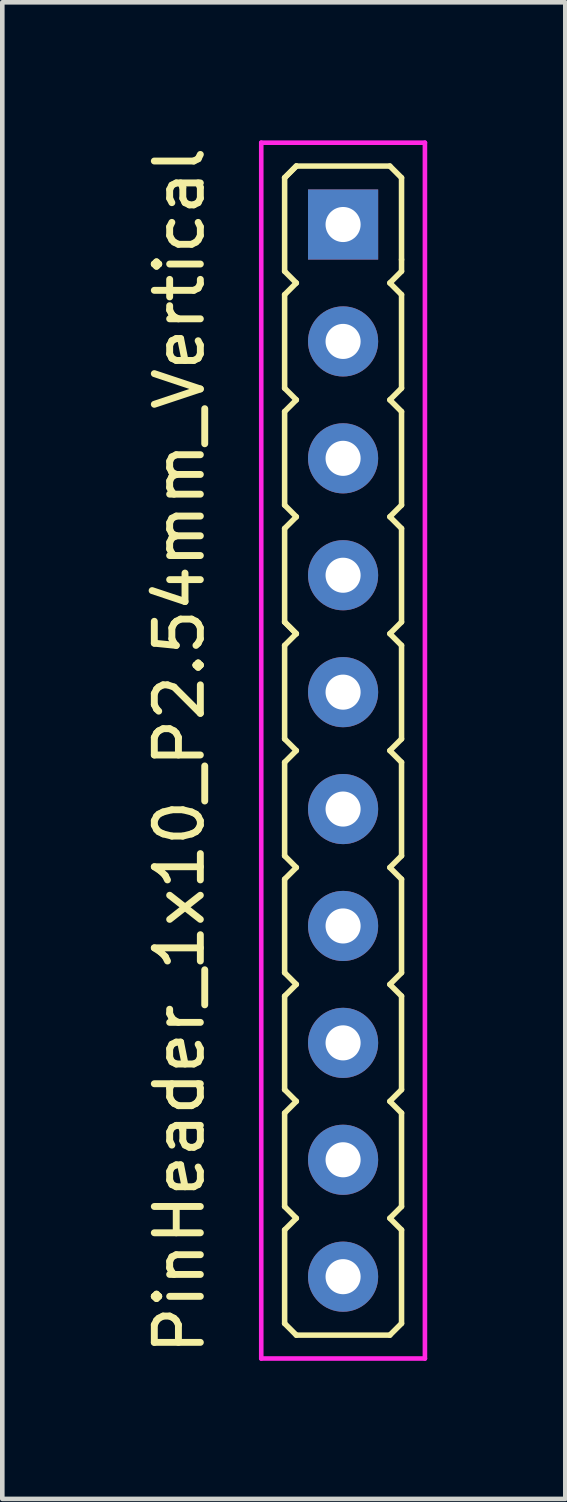
<source format=kicad_pcb>
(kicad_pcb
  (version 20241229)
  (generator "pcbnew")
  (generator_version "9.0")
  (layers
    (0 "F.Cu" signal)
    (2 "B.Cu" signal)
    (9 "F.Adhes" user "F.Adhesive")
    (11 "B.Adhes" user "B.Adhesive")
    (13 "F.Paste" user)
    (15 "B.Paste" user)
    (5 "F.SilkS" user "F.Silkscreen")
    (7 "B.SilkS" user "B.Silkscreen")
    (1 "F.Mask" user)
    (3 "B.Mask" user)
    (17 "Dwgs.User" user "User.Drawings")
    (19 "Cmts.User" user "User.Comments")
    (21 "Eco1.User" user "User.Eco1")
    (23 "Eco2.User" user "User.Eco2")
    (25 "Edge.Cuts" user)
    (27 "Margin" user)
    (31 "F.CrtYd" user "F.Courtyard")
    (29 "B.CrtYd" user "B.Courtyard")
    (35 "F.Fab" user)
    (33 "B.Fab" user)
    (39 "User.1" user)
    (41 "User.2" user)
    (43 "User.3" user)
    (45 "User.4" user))
  (footprint "PinHeader_1x10_P2.54mm_Vertical"
    (layer "F.Cu")
    (at 4.404 13.258)
    (property "Reference" "PinHeader_1x10_P2.54mm_Vertical" (at -3.556 0 90) (layer "F.SilkS") (effects (font (size 1 1) (thickness 0.15))))
    (attr through_hole)
    (fp_line (start -1.27 -12.446) (end -1.016 -12.7) (stroke (width 0.12) (type solid)) (layer "F.SilkS"))
    (fp_line (start -1.27 -12.446) (end -1.016 -12.7) (stroke (width 0.12) (type solid)) (layer "F.SilkS"))
    (fp_line (start -1.27 -10.414) (end -1.27 -12.446) (stroke (width 0.12) (type solid)) (layer "F.SilkS"))
    (fp_line (start -1.27 -9.906) (end -1.016 -10.16) (stroke (width 0.12) (type solid)) (layer "F.SilkS"))
    (fp_line (start -1.27 -7.874) (end -1.27 -9.906) (stroke (width 0.12) (type solid)) (layer "F.SilkS"))
    (fp_line (start -1.27 -7.366) (end -1.016 -7.62) (stroke (width 0.12) (type solid)) (layer "F.SilkS"))
    (fp_line (start -1.27 -5.334) (end -1.27 -7.366) (stroke (width 0.12) (type solid)) (layer "F.SilkS"))
    (fp_line (start -1.27 -4.826) (end -1.016 -5.08) (stroke (width 0.12) (type solid)) (layer "F.SilkS"))
    (fp_line (start -1.27 -2.794) (end -1.27 -4.826) (stroke (width 0.12) (type solid)) (layer "F.SilkS"))
    (fp_line (start -1.27 -2.286) (end -1.016 -2.54) (stroke (width 0.12) (type solid)) (layer "F.SilkS"))
    (fp_line (start -1.27 -0.254) (end -1.27 -2.286) (stroke (width 0.12) (type solid)) (layer "F.SilkS"))
    (fp_line (start -1.27 -0.254) (end -1.016 0) (stroke (width 0.12) (type solid)) (layer "F.SilkS"))
    (fp_line (start -1.27 0.254) (end -1.27 2.286) (stroke (width 0.12) (type solid)) (layer "F.SilkS"))
    (fp_line (start -1.27 0.254) (end -1.016 0) (stroke (width 0.12) (type solid)) (layer "F.SilkS"))
    (fp_line (start -1.27 2.794) (end -1.27 4.826) (stroke (width 0.12) (type solid)) (layer "F.SilkS"))
    (fp_line (start -1.27 2.794) (end -1.016 2.54) (stroke (width 0.12) (type solid)) (layer "F.SilkS"))
    (fp_line (start -1.27 5.334) (end -1.27 7.366) (stroke (width 0.12) (type solid)) (layer "F.SilkS"))
    (fp_line (start -1.27 7.874) (end -1.27 9.906) (stroke (width 0.12) (type solid)) (layer "F.SilkS"))
    (fp_line (start -1.27 7.874) (end -1.016 7.62) (stroke (width 0.12) (type solid)) (layer "F.SilkS"))
    (fp_line (start -1.27 9.906) (end -1.016 10.16) (stroke (width 0.12) (type solid)) (layer "F.SilkS"))
    (fp_line (start -1.27 10.414) (end -1.016 10.16) (stroke (width 0.12) (type solid)) (layer "F.SilkS"))
    (fp_line (start -1.27 12.446) (end -1.27 10.414) (stroke (width 0.12) (type solid)) (layer "F.SilkS"))
    (fp_line (start -1.016 -10.16) (end -1.27 -10.414) (stroke (width 0.12) (type solid)) (layer "F.SilkS"))
    (fp_line (start -1.016 -7.62) (end -1.27 -7.874) (stroke (width 0.12) (type solid)) (layer "F.SilkS"))
    (fp_line (start -1.016 -5.08) (end -1.27 -5.334) (stroke (width 0.12) (type solid)) (layer "F.SilkS"))
    (fp_line (start -1.016 -2.54) (end -1.27 -2.794) (stroke (width 0.12) (type solid)) (layer "F.SilkS"))
    (fp_line (start -1.016 -2.54) (end -1.27 -2.794) (stroke (width 0.12) (type solid)) (layer "F.SilkS"))
    (fp_line (start -1.016 2.54) (end -1.27 2.286) (stroke (width 0.12) (type solid)) (layer "F.SilkS"))
    (fp_line (start -1.016 5.08) (end -1.27 4.826) (stroke (width 0.12) (type solid)) (layer "F.SilkS"))
    (fp_line (start -1.016 5.08) (end -1.27 5.334) (stroke (width 0.12) (type solid)) (layer "F.SilkS"))
    (fp_line (start -1.016 7.62) (end -1.27 7.366) (stroke (width 0.12) (type solid)) (layer "F.SilkS"))
    (fp_line (start -1.016 12.7) (end -1.27 12.446) (stroke (width 0.12) (type solid)) (layer "F.SilkS"))
    (fp_line (start -1.016 12.7) (end 1.016 12.7) (stroke (width 0.12) (type solid)) (layer "F.SilkS"))
    (fp_line (start 1.016 -12.7) (end -1.016 -12.7) (stroke (width 0.12) (type solid)) (layer "F.SilkS"))
    (fp_line (start 1.016 -10.16) (end 1.27 -9.906) (stroke (width 0.12) (type solid)) (layer "F.SilkS"))
    (fp_line (start 1.016 -7.62) (end 1.27 -7.366) (stroke (width 0.12) (type solid)) (layer "F.SilkS"))
    (fp_line (start 1.016 -5.08) (end 1.27 -4.826) (stroke (width 0.12) (type solid)) (layer "F.SilkS"))
    (fp_line (start 1.016 -2.54) (end 1.27 -2.286) (stroke (width 0.12) (type solid)) (layer "F.SilkS"))
    (fp_line (start 1.016 2.54) (end 1.27 2.286) (stroke (width 0.12) (type solid)) (layer "F.SilkS"))
    (fp_line (start 1.016 5.08) (end 1.27 4.826) (stroke (width 0.12) (type solid)) (layer "F.SilkS"))
    (fp_line (start 1.016 5.08) (end 1.27 5.334) (stroke (width 0.12) (type solid)) (layer "F.SilkS"))
    (fp_line (start 1.27 -12.446) (end 1.016 -12.7) (stroke (width 0.12) (type solid)) (layer "F.SilkS"))
    (fp_line (start 1.27 -12.446) (end 1.27 -10.668) (stroke (width 0.12) (type solid)) (layer "F.SilkS"))
    (fp_line (start 1.27 -10.668) (end 1.27 -10.414) (stroke (width 0.12) (type solid)) (layer "F.SilkS"))
    (fp_line (start 1.27 -10.414) (end 1.016 -10.16) (stroke (width 0.12) (type solid)) (layer "F.SilkS"))
    (fp_line (start 1.27 -9.906) (end 1.27 -7.874) (stroke (width 0.12) (type solid)) (layer "F.SilkS"))
    (fp_line (start 1.27 -7.874) (end 1.016 -7.62) (stroke (width 0.12) (type solid)) (layer "F.SilkS"))
    (fp_line (start 1.27 -7.366) (end 1.27 -5.334) (stroke (width 0.12) (type solid)) (layer "F.SilkS"))
    (fp_line (start 1.27 -5.334) (end 1.016 -5.08) (stroke (width 0.12) (type solid)) (layer "F.SilkS"))
    (fp_line (start 1.27 -4.826) (end 1.27 -2.794) (stroke (width 0.12) (type solid)) (layer "F.SilkS"))
    (fp_line (start 1.27 -2.794) (end 1.016 -2.54) (stroke (width 0.12) (type solid)) (layer "F.SilkS"))
    (fp_line (start 1.27 -2.286) (end 1.27 -0.254) (stroke (width 0.12) (type solid)) (layer "F.SilkS"))
    (fp_line (start 1.27 -0.254) (end 1.016 0) (stroke (width 0.12) (type solid)) (layer "F.SilkS"))
    (fp_line (start 1.27 0.254) (end 1.016 0) (stroke (width 0.12) (type solid)) (layer "F.SilkS"))
    (fp_line (start 1.27 0.254) (end 1.27 2.286) (stroke (width 0.12) (type solid)) (layer "F.SilkS"))
    (fp_line (start 1.27 2.794) (end 1.016 2.54) (stroke (width 0.12) (type solid)) (layer "F.SilkS"))
    (fp_line (start 1.27 2.794) (end 1.27 4.826) (stroke (width 0.12) (type solid)) (layer "F.SilkS"))
    (fp_line (start 1.27 5.334) (end 1.27 7.366) (stroke (width 0.12) (type solid)) (layer "F.SilkS"))
    (fp_line (start 1.27 7.366) (end 1.016 7.62) (stroke (width 0.12) (type solid)) (layer "F.SilkS"))
    (fp_line (start 1.27 7.874) (end 1.016 7.62) (stroke (width 0.12) (type solid)) (layer "F.SilkS"))
    (fp_line (start 1.27 7.874) (end 1.27 9.906) (stroke (width 0.12) (type solid)) (layer "F.SilkS"))
    (fp_line (start 1.27 9.906) (end 1.016 10.16) (stroke (width 0.12) (type solid)) (layer "F.SilkS"))
    (fp_line (start 1.27 10.414) (end 1.016 10.16) (stroke (width 0.12) (type solid)) (layer "F.SilkS"))
    (fp_line (start 1.27 10.414) (end 1.27 12.446) (stroke (width 0.12) (type solid)) (layer "F.SilkS"))
    (fp_line (start 1.27 12.446) (end 1.016 12.7) (stroke (width 0.12) (type solid)) (layer "F.SilkS"))
    (fp_line (start -1.778 13.208) (end -1.778 -13.208) (stroke (width 0.1) (type solid)) (layer "F.CrtYd"))
    (fp_line (start -1.778 13.208) (end 1.778 13.208) (stroke (width 0.1) (type solid)) (layer "F.CrtYd"))
    (fp_line (start 1.778 -13.208) (end -1.778 -13.208) (stroke (width 0.1) (type solid)) (layer "F.CrtYd"))
    (fp_line (start 1.778 -13.208) (end 1.778 13.208) (stroke (width 0.1) (type solid)) (layer "F.CrtYd"))
    (pad "1" thru_hole rect (at 0 -11.43) (size 1.524 1.524) (drill 0.762) (layers "*.Cu" "*.Mask"))
    (pad "2" thru_hole oval (at 0 -8.89) (size 1.524 1.524) (drill 0.762) (layers "*.Cu" "*.Mask"))
    (pad "3" thru_hole oval (at 0 -6.35) (size 1.524 1.524) (drill 0.762) (layers "*.Cu" "*.Mask"))
    (pad "4" thru_hole oval (at 0 -3.81) (size 1.524 1.524) (drill 0.762) (layers "*.Cu" "*.Mask"))
    (pad "5" thru_hole oval (at 0 -1.27) (size 1.524 1.524) (drill 0.762) (layers "*.Cu" "*.Mask"))
    (pad "6" thru_hole oval (at 0 1.27) (size 1.524 1.524) (drill 0.762) (layers "*.Cu" "*.Mask"))
    (pad "7" thru_hole oval (at 0 3.81) (size 1.524 1.524) (drill 0.762) (layers "*.Cu" "*.Mask"))
    (pad "8" thru_hole oval (at 0 6.35) (size 1.524 1.524) (drill 0.762) (layers "*.Cu" "*.Mask"))
    (pad "9" thru_hole oval (at 0 8.89) (size 1.524 1.524) (drill 0.762) (layers "*.Cu" "*.Mask"))
    (pad "10" thru_hole oval (at 0 11.43) (size 1.524 1.524) (drill 0.762) (layers "*.Cu" "*.Mask")))
  (gr_rect
    (start -3 -3)
    (end 9.232 29.516)
    (stroke (width 0.1) (type default))
    (fill no)
    (layer "Edge.Cuts")))
</source>
